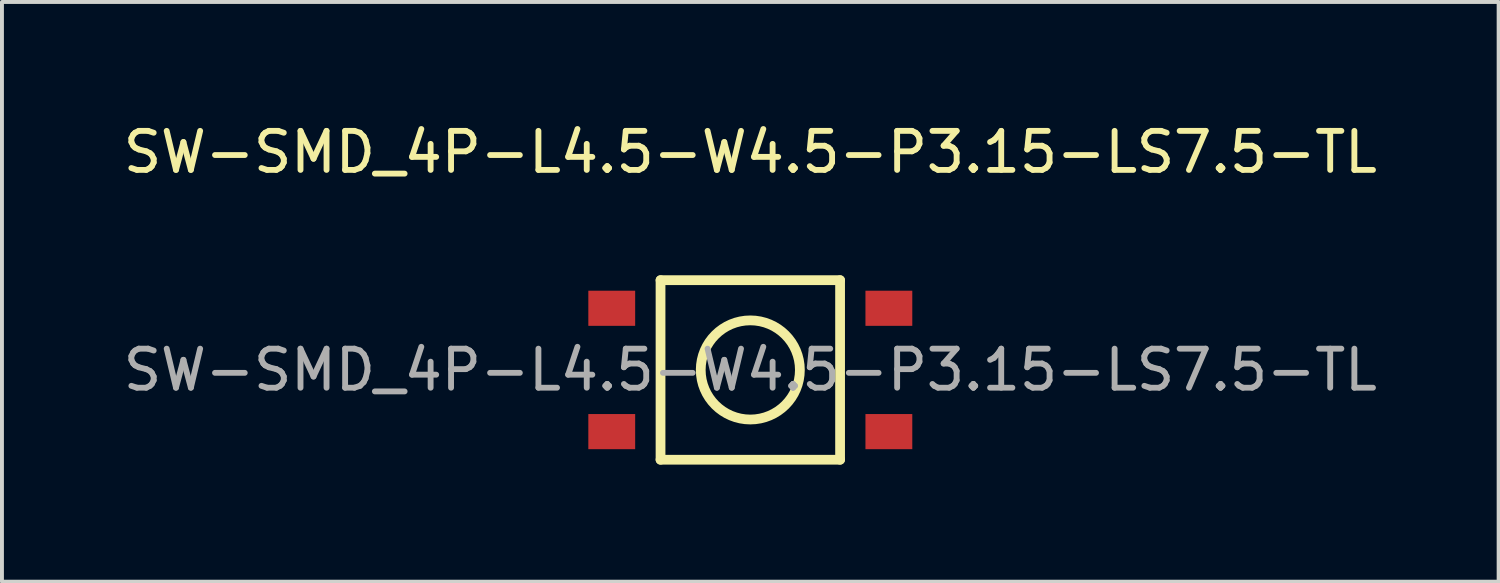
<source format=kicad_pcb>
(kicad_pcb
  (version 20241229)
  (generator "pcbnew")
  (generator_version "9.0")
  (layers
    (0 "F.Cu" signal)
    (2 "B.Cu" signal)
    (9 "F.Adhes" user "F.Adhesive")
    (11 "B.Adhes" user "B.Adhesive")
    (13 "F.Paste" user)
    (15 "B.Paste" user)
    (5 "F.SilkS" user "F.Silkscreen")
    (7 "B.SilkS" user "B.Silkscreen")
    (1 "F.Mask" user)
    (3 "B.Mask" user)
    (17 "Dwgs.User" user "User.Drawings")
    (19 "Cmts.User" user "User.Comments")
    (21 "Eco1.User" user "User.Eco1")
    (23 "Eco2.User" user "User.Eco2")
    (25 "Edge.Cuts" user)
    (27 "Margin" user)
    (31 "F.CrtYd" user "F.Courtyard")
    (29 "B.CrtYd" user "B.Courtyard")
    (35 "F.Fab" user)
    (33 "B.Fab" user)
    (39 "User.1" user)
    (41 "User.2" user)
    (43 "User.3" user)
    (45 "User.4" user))
  (footprint "SW-SMD_4P-L4.5-W4.5-P3.15-LS7.5-TL"
    (layer "F.Cu")
    (at 16.173 6.428)
    (property "Reference" "SW-SMD_4P-L4.5-W4.5-P3.15-LS7.5-TL" (at 0 -5.58 0) (layer "F.SilkS") (effects (font (size 1 1) (thickness 0.15))))
    (attr smd)
    (fp_line (start -2.3 -2.3) (end -2.3 2.3) (stroke (width 0.25) (type solid)) (layer "F.SilkS"))
    (fp_line (start -2.3 -2.3) (end 2.3 -2.3) (stroke (width 0.25) (type solid)) (layer "F.SilkS"))
    (fp_line (start -2.3 2.3) (end 2.3 2.3) (stroke (width 0.25) (type solid)) (layer "F.SilkS"))
    (fp_line (start 2.3 -2.3) (end 2.3 2.3) (stroke (width 0.25) (type solid)) (layer "F.SilkS"))
    (fp_circle (center 0 0) (end 1.27 0) (stroke (width 0.25) (type solid)) (fill no) (layer "F.SilkS"))
    (fp_text user "${REFERENCE}" (at 0 0 0) (layer "F.Fab") (effects (font (size 1 1) (thickness 0.15))))
    (pad "1" smd rect (at -3.55 -1.58) (size 1.2 0.9) (layers "F.Cu" "F.Mask" "F.Paste"))
    (pad "2" smd rect (at 3.55 -1.58) (size 1.2 0.9) (layers "F.Cu" "F.Mask" "F.Paste"))
    (pad "3" smd rect (at -3.55 1.58) (size 1.2 0.9) (layers "F.Cu" "F.Mask" "F.Paste"))
    (pad "4" smd rect (at 3.55 1.58) (size 1.2 0.9) (layers "F.Cu" "F.Mask" "F.Paste")))
  (gr_rect
    (start -3 -3)
    (end 35.345 11.853)
    (stroke (width 0.1) (type default))
    (fill no)
    (layer "Edge.Cuts")))
</source>
